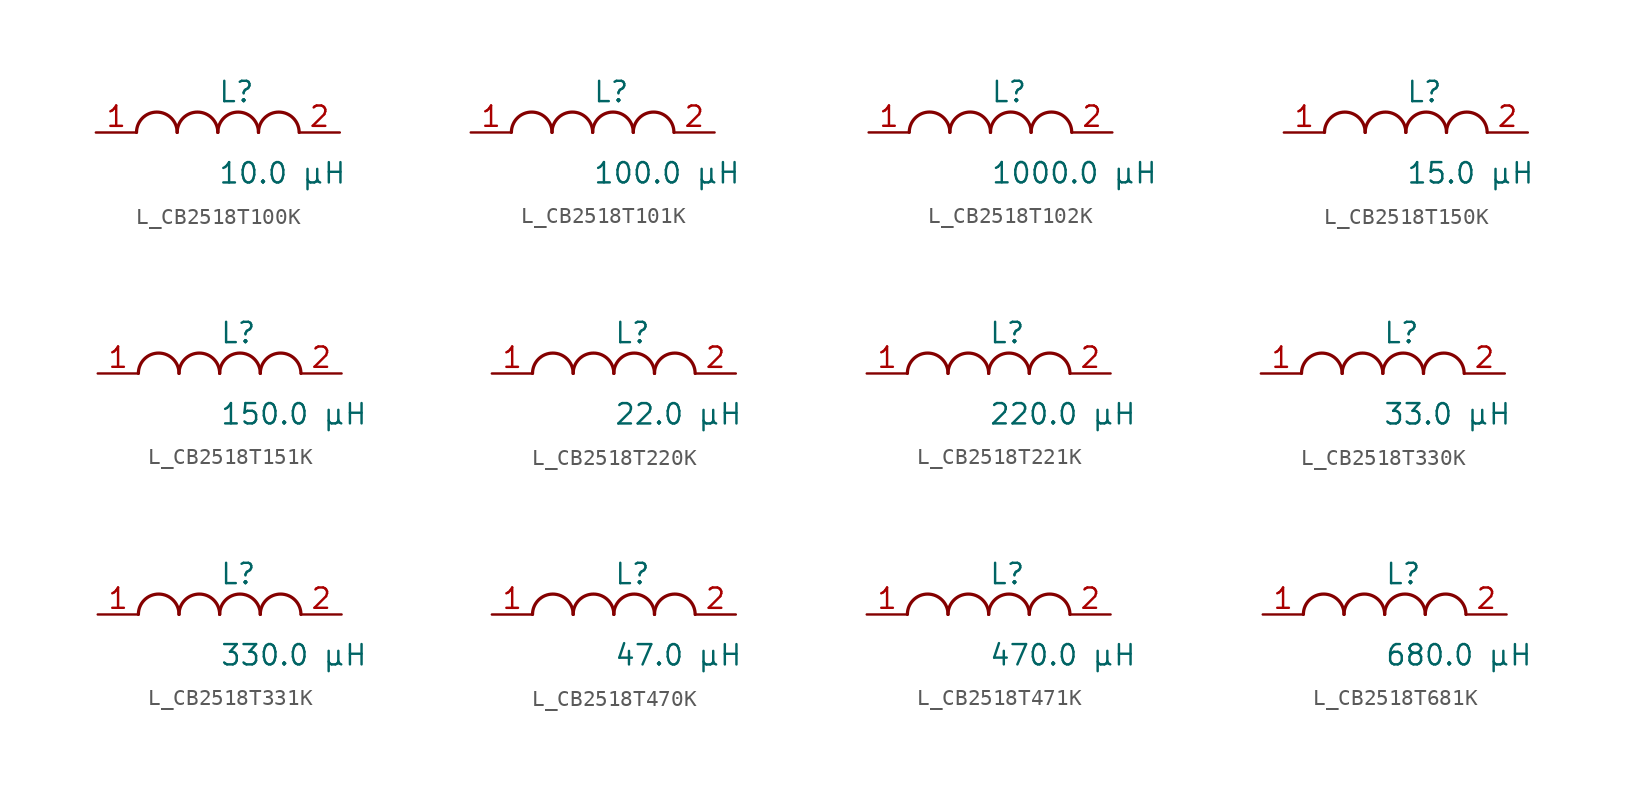
<source format=kicad_sym>
(kicad_symbol_lib
  (version 20231120)
  (generator kicad_symbol_editor)
  (generator_version 8.0)
  (symbol "L_CB2518T100K"
    (pin_names
      (offset 0.254))
    (property "Reference" "L"
      (at 0 2.54 0)
      (effects (font (size 1.27 1.27)) (justify left)))
    (property "Value" "10.0 µH"
      (at 0 -2.54 0)
      (effects (font (size 1.27 1.27)) (justify left)))
    (symbol "L_CB2518T100K_1_1"
      (arc (start -2.54 0.0056) (mid -3.81 1.27) (end -5.08 0.0056) (stroke (width 0.2032) (type default)) (fill (type none)))
      (arc (start 0 0.0056) (mid -1.27 1.27) (end -2.54 0.0056) (stroke (width 0.2032) (type default)) (fill (type none)))
      (arc (start 2.54 0.0056) (mid 1.27 1.27) (end 0 0.0056) (stroke (width 0.2032) (type default)) (fill (type none)))
      (arc (start 5.08 0.0056) (mid 3.81 1.27) (end 2.54 0.0056) (stroke (width 0.2032) (type default)) (fill (type none)))
      (pin unspecified line (at -7.62 0 0) (length 2.54) (name "" (effects (font (size 1.27 1.27)))) (number "1" (effects (font (size 1.27 1.27)))))
      (pin unspecified line (at 7.62 0 180) (length 2.54) (name "" (effects (font (size 1.27 1.27)))) (number "2" (effects (font (size 1.27 1.27)))))))
  (symbol "L_CB2518T101K"
    (pin_names
      (offset 0.254))
    (property "Reference" "L"
      (at 0 2.54 0)
      (effects (font (size 1.27 1.27)) (justify left)))
    (property "Value" "100.0 µH"
      (at 0 -2.54 0)
      (effects (font (size 1.27 1.27)) (justify left)))
    (symbol "L_CB2518T101K_1_1"
      (arc (start -2.54 0.0056) (mid -3.81 1.27) (end -5.08 0.0056) (stroke (width 0.2032) (type default)) (fill (type none)))
      (arc (start 0 0.0056) (mid -1.27 1.27) (end -2.54 0.0056) (stroke (width 0.2032) (type default)) (fill (type none)))
      (arc (start 2.54 0.0056) (mid 1.27 1.27) (end 0 0.0056) (stroke (width 0.2032) (type default)) (fill (type none)))
      (arc (start 5.08 0.0056) (mid 3.81 1.27) (end 2.54 0.0056) (stroke (width 0.2032) (type default)) (fill (type none)))
      (pin unspecified line (at -7.62 0 0) (length 2.54) (name "" (effects (font (size 1.27 1.27)))) (number "1" (effects (font (size 1.27 1.27)))))
      (pin unspecified line (at 7.62 0 180) (length 2.54) (name "" (effects (font (size 1.27 1.27)))) (number "2" (effects (font (size 1.27 1.27)))))))
  (symbol "L_CB2518T102K"
    (pin_names
      (offset 0.254))
    (property "Reference" "L"
      (at 0 2.54 0)
      (effects (font (size 1.27 1.27)) (justify left)))
    (property "Value" "1000.0 µH"
      (at 0 -2.54 0)
      (effects (font (size 1.27 1.27)) (justify left)))
    (symbol "L_CB2518T102K_1_1"
      (arc (start -2.54 0.0056) (mid -3.81 1.27) (end -5.08 0.0056) (stroke (width 0.2032) (type default)) (fill (type none)))
      (arc (start 0 0.0056) (mid -1.27 1.27) (end -2.54 0.0056) (stroke (width 0.2032) (type default)) (fill (type none)))
      (arc (start 2.54 0.0056) (mid 1.27 1.27) (end 0 0.0056) (stroke (width 0.2032) (type default)) (fill (type none)))
      (arc (start 5.08 0.0056) (mid 3.81 1.27) (end 2.54 0.0056) (stroke (width 0.2032) (type default)) (fill (type none)))
      (pin unspecified line (at -7.62 0 0) (length 2.54) (name "" (effects (font (size 1.27 1.27)))) (number "1" (effects (font (size 1.27 1.27)))))
      (pin unspecified line (at 7.62 0 180) (length 2.54) (name "" (effects (font (size 1.27 1.27)))) (number "2" (effects (font (size 1.27 1.27)))))))
  (symbol "L_CB2518T150K"
    (pin_names
      (offset 0.254))
    (property "Reference" "L"
      (at 0 2.54 0)
      (effects (font (size 1.27 1.27)) (justify left)))
    (property "Value" "15.0 µH"
      (at 0 -2.54 0)
      (effects (font (size 1.27 1.27)) (justify left)))
    (symbol "L_CB2518T150K_1_1"
      (arc (start -2.54 0.0056) (mid -3.81 1.27) (end -5.08 0.0056) (stroke (width 0.2032) (type default)) (fill (type none)))
      (arc (start 0 0.0056) (mid -1.27 1.27) (end -2.54 0.0056) (stroke (width 0.2032) (type default)) (fill (type none)))
      (arc (start 2.54 0.0056) (mid 1.27 1.27) (end 0 0.0056) (stroke (width 0.2032) (type default)) (fill (type none)))
      (arc (start 5.08 0.0056) (mid 3.81 1.27) (end 2.54 0.0056) (stroke (width 0.2032) (type default)) (fill (type none)))
      (pin unspecified line (at -7.62 0 0) (length 2.54) (name "" (effects (font (size 1.27 1.27)))) (number "1" (effects (font (size 1.27 1.27)))))
      (pin unspecified line (at 7.62 0 180) (length 2.54) (name "" (effects (font (size 1.27 1.27)))) (number "2" (effects (font (size 1.27 1.27)))))))
  (symbol "L_CB2518T151K"
    (pin_names
      (offset 0.254))
    (property "Reference" "L"
      (at 0 2.54 0)
      (effects (font (size 1.27 1.27)) (justify left)))
    (property "Value" "150.0 µH"
      (at 0 -2.54 0)
      (effects (font (size 1.27 1.27)) (justify left)))
    (symbol "L_CB2518T151K_1_1"
      (arc (start -2.54 0.0056) (mid -3.81 1.27) (end -5.08 0.0056) (stroke (width 0.2032) (type default)) (fill (type none)))
      (arc (start 0 0.0056) (mid -1.27 1.27) (end -2.54 0.0056) (stroke (width 0.2032) (type default)) (fill (type none)))
      (arc (start 2.54 0.0056) (mid 1.27 1.27) (end 0 0.0056) (stroke (width 0.2032) (type default)) (fill (type none)))
      (arc (start 5.08 0.0056) (mid 3.81 1.27) (end 2.54 0.0056) (stroke (width 0.2032) (type default)) (fill (type none)))
      (pin unspecified line (at -7.62 0 0) (length 2.54) (name "" (effects (font (size 1.27 1.27)))) (number "1" (effects (font (size 1.27 1.27)))))
      (pin unspecified line (at 7.62 0 180) (length 2.54) (name "" (effects (font (size 1.27 1.27)))) (number "2" (effects (font (size 1.27 1.27)))))))
  (symbol "L_CB2518T220K"
    (pin_names
      (offset 0.254))
    (property "Reference" "L"
      (at 0 2.54 0)
      (effects (font (size 1.27 1.27)) (justify left)))
    (property "Value" "22.0 µH"
      (at 0 -2.54 0)
      (effects (font (size 1.27 1.27)) (justify left)))
    (symbol "L_CB2518T220K_1_1"
      (arc (start -2.54 0.0056) (mid -3.81 1.27) (end -5.08 0.0056) (stroke (width 0.2032) (type default)) (fill (type none)))
      (arc (start 0 0.0056) (mid -1.27 1.27) (end -2.54 0.0056) (stroke (width 0.2032) (type default)) (fill (type none)))
      (arc (start 2.54 0.0056) (mid 1.27 1.27) (end 0 0.0056) (stroke (width 0.2032) (type default)) (fill (type none)))
      (arc (start 5.08 0.0056) (mid 3.81 1.27) (end 2.54 0.0056) (stroke (width 0.2032) (type default)) (fill (type none)))
      (pin unspecified line (at -7.62 0 0) (length 2.54) (name "" (effects (font (size 1.27 1.27)))) (number "1" (effects (font (size 1.27 1.27)))))
      (pin unspecified line (at 7.62 0 180) (length 2.54) (name "" (effects (font (size 1.27 1.27)))) (number "2" (effects (font (size 1.27 1.27)))))))
  (symbol "L_CB2518T221K"
    (pin_names
      (offset 0.254))
    (property "Reference" "L"
      (at 0 2.54 0)
      (effects (font (size 1.27 1.27)) (justify left)))
    (property "Value" "220.0 µH"
      (at 0 -2.54 0)
      (effects (font (size 1.27 1.27)) (justify left)))
    (symbol "L_CB2518T221K_1_1"
      (arc (start -2.54 0.0056) (mid -3.81 1.27) (end -5.08 0.0056) (stroke (width 0.2032) (type default)) (fill (type none)))
      (arc (start 0 0.0056) (mid -1.27 1.27) (end -2.54 0.0056) (stroke (width 0.2032) (type default)) (fill (type none)))
      (arc (start 2.54 0.0056) (mid 1.27 1.27) (end 0 0.0056) (stroke (width 0.2032) (type default)) (fill (type none)))
      (arc (start 5.08 0.0056) (mid 3.81 1.27) (end 2.54 0.0056) (stroke (width 0.2032) (type default)) (fill (type none)))
      (pin unspecified line (at -7.62 0 0) (length 2.54) (name "" (effects (font (size 1.27 1.27)))) (number "1" (effects (font (size 1.27 1.27)))))
      (pin unspecified line (at 7.62 0 180) (length 2.54) (name "" (effects (font (size 1.27 1.27)))) (number "2" (effects (font (size 1.27 1.27)))))))
  (symbol "L_CB2518T330K"
    (pin_names
      (offset 0.254))
    (property "Reference" "L"
      (at 0 2.54 0)
      (effects (font (size 1.27 1.27)) (justify left)))
    (property "Value" "33.0 µH"
      (at 0 -2.54 0)
      (effects (font (size 1.27 1.27)) (justify left)))
    (symbol "L_CB2518T330K_1_1"
      (arc (start -2.54 0.0056) (mid -3.81 1.27) (end -5.08 0.0056) (stroke (width 0.2032) (type default)) (fill (type none)))
      (arc (start 0 0.0056) (mid -1.27 1.27) (end -2.54 0.0056) (stroke (width 0.2032) (type default)) (fill (type none)))
      (arc (start 2.54 0.0056) (mid 1.27 1.27) (end 0 0.0056) (stroke (width 0.2032) (type default)) (fill (type none)))
      (arc (start 5.08 0.0056) (mid 3.81 1.27) (end 2.54 0.0056) (stroke (width 0.2032) (type default)) (fill (type none)))
      (pin unspecified line (at -7.62 0 0) (length 2.54) (name "" (effects (font (size 1.27 1.27)))) (number "1" (effects (font (size 1.27 1.27)))))
      (pin unspecified line (at 7.62 0 180) (length 2.54) (name "" (effects (font (size 1.27 1.27)))) (number "2" (effects (font (size 1.27 1.27)))))))
  (symbol "L_CB2518T331K"
    (pin_names
      (offset 0.254))
    (property "Reference" "L"
      (at 0 2.54 0)
      (effects (font (size 1.27 1.27)) (justify left)))
    (property "Value" "330.0 µH"
      (at 0 -2.54 0)
      (effects (font (size 1.27 1.27)) (justify left)))
    (symbol "L_CB2518T331K_1_1"
      (arc (start -2.54 0.0056) (mid -3.81 1.27) (end -5.08 0.0056) (stroke (width 0.2032) (type default)) (fill (type none)))
      (arc (start 0 0.0056) (mid -1.27 1.27) (end -2.54 0.0056) (stroke (width 0.2032) (type default)) (fill (type none)))
      (arc (start 2.54 0.0056) (mid 1.27 1.27) (end 0 0.0056) (stroke (width 0.2032) (type default)) (fill (type none)))
      (arc (start 5.08 0.0056) (mid 3.81 1.27) (end 2.54 0.0056) (stroke (width 0.2032) (type default)) (fill (type none)))
      (pin unspecified line (at -7.62 0 0) (length 2.54) (name "" (effects (font (size 1.27 1.27)))) (number "1" (effects (font (size 1.27 1.27)))))
      (pin unspecified line (at 7.62 0 180) (length 2.54) (name "" (effects (font (size 1.27 1.27)))) (number "2" (effects (font (size 1.27 1.27)))))))
  (symbol "L_CB2518T470K"
    (pin_names
      (offset 0.254))
    (property "Reference" "L"
      (at 0 2.54 0)
      (effects (font (size 1.27 1.27)) (justify left)))
    (property "Value" "47.0 µH"
      (at 0 -2.54 0)
      (effects (font (size 1.27 1.27)) (justify left)))
    (symbol "L_CB2518T470K_1_1"
      (arc (start -2.54 0.0056) (mid -3.81 1.27) (end -5.08 0.0056) (stroke (width 0.2032) (type default)) (fill (type none)))
      (arc (start 0 0.0056) (mid -1.27 1.27) (end -2.54 0.0056) (stroke (width 0.2032) (type default)) (fill (type none)))
      (arc (start 2.54 0.0056) (mid 1.27 1.27) (end 0 0.0056) (stroke (width 0.2032) (type default)) (fill (type none)))
      (arc (start 5.08 0.0056) (mid 3.81 1.27) (end 2.54 0.0056) (stroke (width 0.2032) (type default)) (fill (type none)))
      (pin unspecified line (at -7.62 0 0) (length 2.54) (name "" (effects (font (size 1.27 1.27)))) (number "1" (effects (font (size 1.27 1.27)))))
      (pin unspecified line (at 7.62 0 180) (length 2.54) (name "" (effects (font (size 1.27 1.27)))) (number "2" (effects (font (size 1.27 1.27)))))))
  (symbol "L_CB2518T471K"
    (pin_names
      (offset 0.254))
    (property "Reference" "L"
      (at 0 2.54 0)
      (effects (font (size 1.27 1.27)) (justify left)))
    (property "Value" "470.0 µH"
      (at 0 -2.54 0)
      (effects (font (size 1.27 1.27)) (justify left)))
    (symbol "L_CB2518T471K_1_1"
      (arc (start -2.54 0.0056) (mid -3.81 1.27) (end -5.08 0.0056) (stroke (width 0.2032) (type default)) (fill (type none)))
      (arc (start 0 0.0056) (mid -1.27 1.27) (end -2.54 0.0056) (stroke (width 0.2032) (type default)) (fill (type none)))
      (arc (start 2.54 0.0056) (mid 1.27 1.27) (end 0 0.0056) (stroke (width 0.2032) (type default)) (fill (type none)))
      (arc (start 5.08 0.0056) (mid 3.81 1.27) (end 2.54 0.0056) (stroke (width 0.2032) (type default)) (fill (type none)))
      (pin unspecified line (at -7.62 0 0) (length 2.54) (name "" (effects (font (size 1.27 1.27)))) (number "1" (effects (font (size 1.27 1.27)))))
      (pin unspecified line (at 7.62 0 180) (length 2.54) (name "" (effects (font (size 1.27 1.27)))) (number "2" (effects (font (size 1.27 1.27)))))))
  (symbol "L_CB2518T681K"
    (pin_names
      (offset 0.254))
    (property "Reference" "L"
      (at 0 2.54 0)
      (effects (font (size 1.27 1.27)) (justify left)))
    (property "Value" "680.0 µH"
      (at 0 -2.54 0)
      (effects (font (size 1.27 1.27)) (justify left)))
    (symbol "L_CB2518T681K_1_1"
      (arc (start -2.54 0.0056) (mid -3.81 1.27) (end -5.08 0.0056) (stroke (width 0.2032) (type default)) (fill (type none)))
      (arc (start 0 0.0056) (mid -1.27 1.27) (end -2.54 0.0056) (stroke (width 0.2032) (type default)) (fill (type none)))
      (arc (start 2.54 0.0056) (mid 1.27 1.27) (end 0 0.0056) (stroke (width 0.2032) (type default)) (fill (type none)))
      (arc (start 5.08 0.0056) (mid 3.81 1.27) (end 2.54 0.0056) (stroke (width 0.2032) (type default)) (fill (type none)))
      (pin unspecified line (at -7.62 0 0) (length 2.54) (name "" (effects (font (size 1.27 1.27)))) (number "1" (effects (font (size 1.27 1.27)))))
      (pin unspecified line (at 7.62 0 180) (length 2.54) (name "" (effects (font (size 1.27 1.27)))) (number "2" (effects (font (size 1.27 1.27))))))))
</source>
